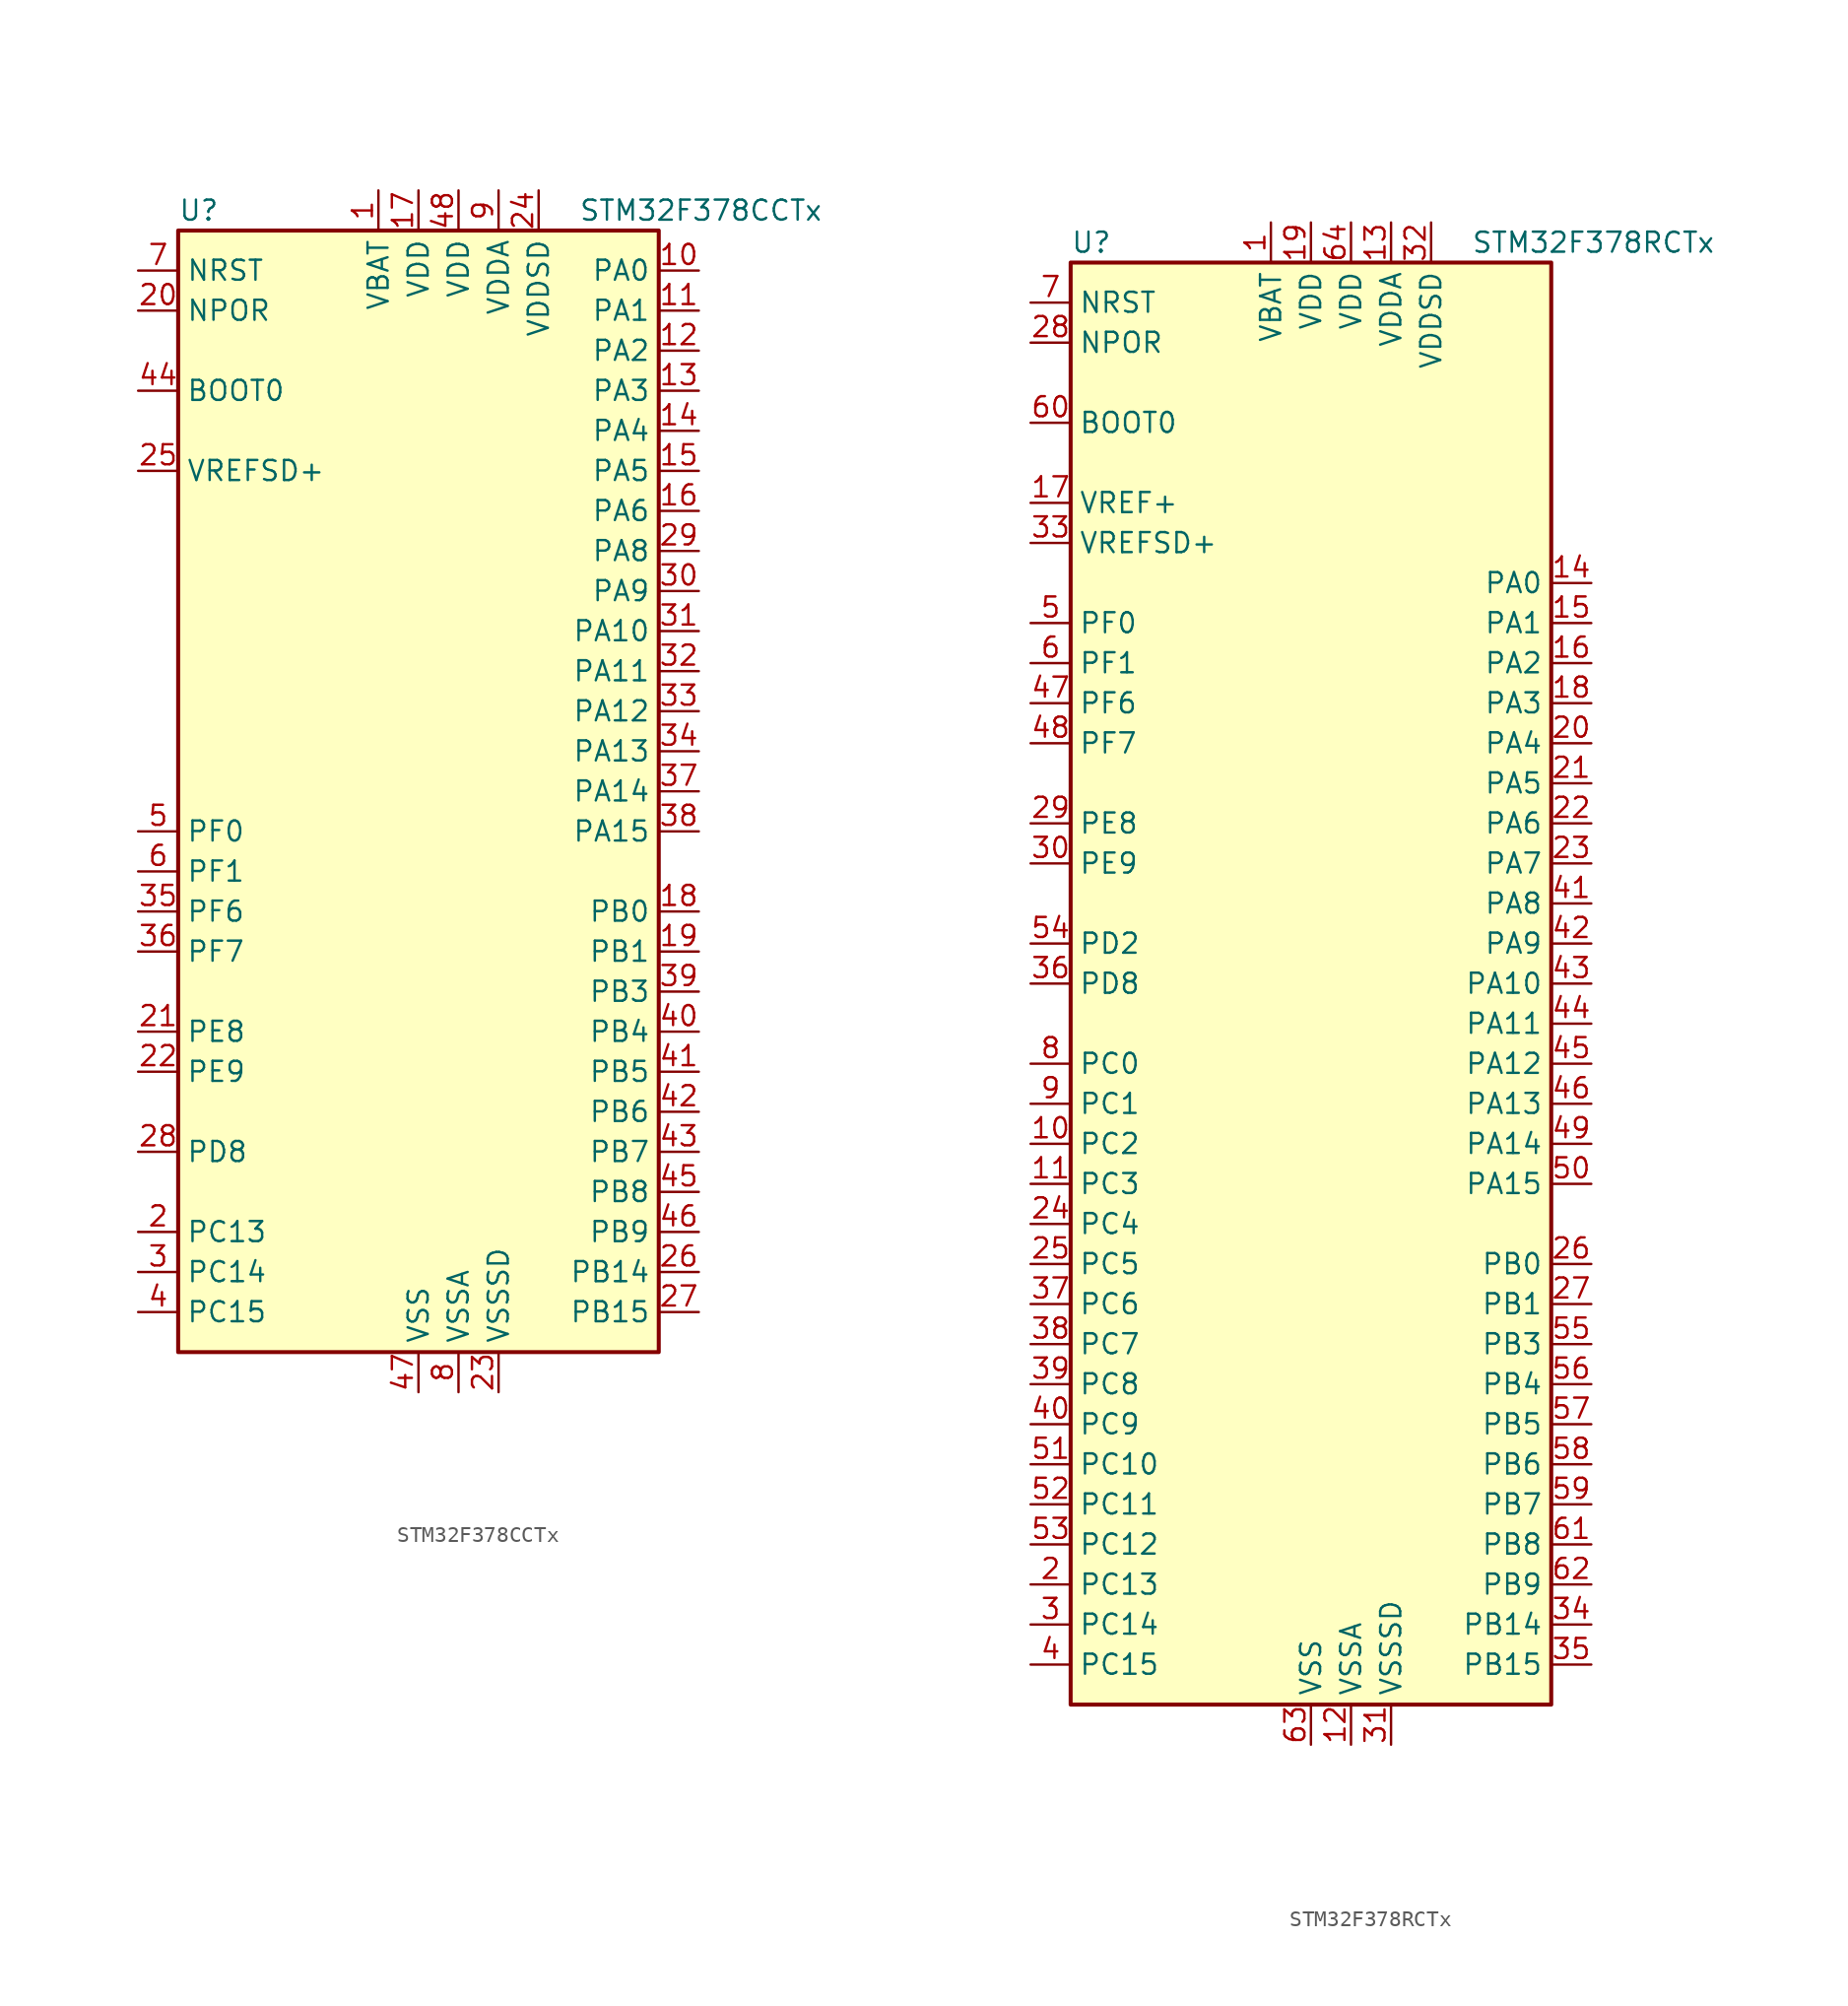
<source format=kicad_sym>
(kicad_symbol_lib
  (version 20201005)
  (generator kicad_symbol_editor)
  (symbol "STM32F378CCTx"
    (property "Reference" "U"
      (at -15.24 36.83 0)
      (effects (font (size 1.27 1.27)) (justify left)))
    (property "Value" "STM32F378CCTx"
      (at 10.16 36.83 0)
      (effects (font (size 1.27 1.27)) (justify left)))
    (symbol "STM32F378CCTx_0_1"
      (rectangle (start -15.24 -35.56) (end 15.24 35.56) (stroke (width 0.254)) (fill (type background))))
    (symbol "STM32F378CCTx_1_1"
      (pin input line (at -17.78 25.4 0) (length 2.54) (name "BOOT0" (effects (font (size 1.27 1.27)))) (number "44" (effects (font (size 1.27 1.27)))))
      (pin input line (at -17.78 30.48 0) (length 2.54) (name "NPOR" (effects (font (size 1.27 1.27)))) (number "20" (effects (font (size 1.27 1.27)))))
      (pin input line (at -17.78 33.02 0) (length 2.54) (name "NRST" (effects (font (size 1.27 1.27)))) (number "7" (effects (font (size 1.27 1.27)))))
      (pin bidirectional line (at 17.78 33.02 180) (length 2.54) (name "PA0" (effects (font (size 1.27 1.27)))) (number "10" (effects (font (size 1.27 1.27)))))
      (pin bidirectional line (at 17.78 30.48 180) (length 2.54) (name "PA1" (effects (font (size 1.27 1.27)))) (number "11" (effects (font (size 1.27 1.27)))))
      (pin bidirectional line (at 17.78 10.16 180) (length 2.54) (name "PA10" (effects (font (size 1.27 1.27)))) (number "31" (effects (font (size 1.27 1.27)))))
      (pin bidirectional line (at 17.78 7.62 180) (length 2.54) (name "PA11" (effects (font (size 1.27 1.27)))) (number "32" (effects (font (size 1.27 1.27)))))
      (pin bidirectional line (at 17.78 5.08 180) (length 2.54) (name "PA12" (effects (font (size 1.27 1.27)))) (number "33" (effects (font (size 1.27 1.27)))))
      (pin bidirectional line (at 17.78 2.54 180) (length 2.54) (name "PA13" (effects (font (size 1.27 1.27)))) (number "34" (effects (font (size 1.27 1.27)))))
      (pin bidirectional line (at 17.78 0 180) (length 2.54) (name "PA14" (effects (font (size 1.27 1.27)))) (number "37" (effects (font (size 1.27 1.27)))))
      (pin bidirectional line (at 17.78 -2.54 180) (length 2.54) (name "PA15" (effects (font (size 1.27 1.27)))) (number "38" (effects (font (size 1.27 1.27)))))
      (pin bidirectional line (at 17.78 27.94 180) (length 2.54) (name "PA2" (effects (font (size 1.27 1.27)))) (number "12" (effects (font (size 1.27 1.27)))))
      (pin bidirectional line (at 17.78 25.4 180) (length 2.54) (name "PA3" (effects (font (size 1.27 1.27)))) (number "13" (effects (font (size 1.27 1.27)))))
      (pin bidirectional line (at 17.78 22.86 180) (length 2.54) (name "PA4" (effects (font (size 1.27 1.27)))) (number "14" (effects (font (size 1.27 1.27)))))
      (pin bidirectional line (at 17.78 20.32 180) (length 2.54) (name "PA5" (effects (font (size 1.27 1.27)))) (number "15" (effects (font (size 1.27 1.27)))))
      (pin bidirectional line (at 17.78 17.78 180) (length 2.54) (name "PA6" (effects (font (size 1.27 1.27)))) (number "16" (effects (font (size 1.27 1.27)))))
      (pin bidirectional line (at 17.78 15.24 180) (length 2.54) (name "PA8" (effects (font (size 1.27 1.27)))) (number "29" (effects (font (size 1.27 1.27)))))
      (pin bidirectional line (at 17.78 12.7 180) (length 2.54) (name "PA9" (effects (font (size 1.27 1.27)))) (number "30" (effects (font (size 1.27 1.27)))))
      (pin bidirectional line (at 17.78 -7.62 180) (length 2.54) (name "PB0" (effects (font (size 1.27 1.27)))) (number "18" (effects (font (size 1.27 1.27)))))
      (pin bidirectional line (at 17.78 -10.16 180) (length 2.54) (name "PB1" (effects (font (size 1.27 1.27)))) (number "19" (effects (font (size 1.27 1.27)))))
      (pin bidirectional line (at 17.78 -30.48 180) (length 2.54) (name "PB14" (effects (font (size 1.27 1.27)))) (number "26" (effects (font (size 1.27 1.27)))))
      (pin bidirectional line (at 17.78 -33.02 180) (length 2.54) (name "PB15" (effects (font (size 1.27 1.27)))) (number "27" (effects (font (size 1.27 1.27)))))
      (pin bidirectional line (at 17.78 -12.7 180) (length 2.54) (name "PB3" (effects (font (size 1.27 1.27)))) (number "39" (effects (font (size 1.27 1.27)))))
      (pin bidirectional line (at 17.78 -15.24 180) (length 2.54) (name "PB4" (effects (font (size 1.27 1.27)))) (number "40" (effects (font (size 1.27 1.27)))))
      (pin bidirectional line (at 17.78 -17.78 180) (length 2.54) (name "PB5" (effects (font (size 1.27 1.27)))) (number "41" (effects (font (size 1.27 1.27)))))
      (pin bidirectional line (at 17.78 -20.32 180) (length 2.54) (name "PB6" (effects (font (size 1.27 1.27)))) (number "42" (effects (font (size 1.27 1.27)))))
      (pin bidirectional line (at 17.78 -22.86 180) (length 2.54) (name "PB7" (effects (font (size 1.27 1.27)))) (number "43" (effects (font (size 1.27 1.27)))))
      (pin bidirectional line (at 17.78 -25.4 180) (length 2.54) (name "PB8" (effects (font (size 1.27 1.27)))) (number "45" (effects (font (size 1.27 1.27)))))
      (pin bidirectional line (at 17.78 -27.94 180) (length 2.54) (name "PB9" (effects (font (size 1.27 1.27)))) (number "46" (effects (font (size 1.27 1.27)))))
      (pin bidirectional line (at -17.78 -27.94 0) (length 2.54) (name "PC13" (effects (font (size 1.27 1.27)))) (number "2" (effects (font (size 1.27 1.27)))))
      (pin bidirectional line (at -17.78 -30.48 0) (length 2.54) (name "PC14" (effects (font (size 1.27 1.27)))) (number "3" (effects (font (size 1.27 1.27)))))
      (pin bidirectional line (at -17.78 -33.02 0) (length 2.54) (name "PC15" (effects (font (size 1.27 1.27)))) (number "4" (effects (font (size 1.27 1.27)))))
      (pin bidirectional line (at -17.78 -22.86 0) (length 2.54) (name "PD8" (effects (font (size 1.27 1.27)))) (number "28" (effects (font (size 1.27 1.27)))))
      (pin bidirectional line (at -17.78 -15.24 0) (length 2.54) (name "PE8" (effects (font (size 1.27 1.27)))) (number "21" (effects (font (size 1.27 1.27)))))
      (pin bidirectional line (at -17.78 -17.78 0) (length 2.54) (name "PE9" (effects (font (size 1.27 1.27)))) (number "22" (effects (font (size 1.27 1.27)))))
      (pin input line (at -17.78 -2.54 0) (length 2.54) (name "PF0" (effects (font (size 1.27 1.27)))) (number "5" (effects (font (size 1.27 1.27)))))
      (pin input line (at -17.78 -5.08 0) (length 2.54) (name "PF1" (effects (font (size 1.27 1.27)))) (number "6" (effects (font (size 1.27 1.27)))))
      (pin bidirectional line (at -17.78 -7.62 0) (length 2.54) (name "PF6" (effects (font (size 1.27 1.27)))) (number "35" (effects (font (size 1.27 1.27)))))
      (pin bidirectional line (at -17.78 -10.16 0) (length 2.54) (name "PF7" (effects (font (size 1.27 1.27)))) (number "36" (effects (font (size 1.27 1.27)))))
      (pin power_in line (at -2.54 38.1 270) (length 2.54) (name "VBAT" (effects (font (size 1.27 1.27)))) (number "1" (effects (font (size 1.27 1.27)))))
      (pin power_in line (at 0 38.1 270) (length 2.54) (name "VDD" (effects (font (size 1.27 1.27)))) (number "17" (effects (font (size 1.27 1.27)))))
      (pin power_in line (at 2.54 38.1 270) (length 2.54) (name "VDD" (effects (font (size 1.27 1.27)))) (number "48" (effects (font (size 1.27 1.27)))))
      (pin power_in line (at 5.08 38.1 270) (length 2.54) (name "VDDA" (effects (font (size 1.27 1.27)))) (number "9" (effects (font (size 1.27 1.27)))))
      (pin power_in line (at 7.62 38.1 270) (length 2.54) (name "VDDSD" (effects (font (size 1.27 1.27)))) (number "24" (effects (font (size 1.27 1.27)))))
      (pin power_in line (at -17.78 20.32 0) (length 2.54) (name "VREFSD+" (effects (font (size 1.27 1.27)))) (number "25" (effects (font (size 1.27 1.27)))))
      (pin power_in line (at 0 -38.1 90) (length 2.54) (name "VSS" (effects (font (size 1.27 1.27)))) (number "47" (effects (font (size 1.27 1.27)))))
      (pin power_in line (at 2.54 -38.1 90) (length 2.54) (name "VSSA" (effects (font (size 1.27 1.27)))) (number "8" (effects (font (size 1.27 1.27)))))
      (pin power_in line (at 5.08 -38.1 90) (length 2.54) (name "VSSSD" (effects (font (size 1.27 1.27)))) (number "23" (effects (font (size 1.27 1.27)))))))
  (symbol "STM32F378RCTx"
    (property "Reference" "U"
      (at -15.24 46.99 0)
      (effects (font (size 1.27 1.27)) (justify left)))
    (property "Value" "STM32F378RCTx"
      (at 10.16 46.99 0)
      (effects (font (size 1.27 1.27)) (justify left)))
    (symbol "STM32F378RCTx_0_1"
      (rectangle (start -15.24 -45.72) (end 15.24 45.72) (stroke (width 0.254)) (fill (type background))))
    (symbol "STM32F378RCTx_1_1"
      (pin input line (at -17.78 35.56 0) (length 2.54) (name "BOOT0" (effects (font (size 1.27 1.27)))) (number "60" (effects (font (size 1.27 1.27)))))
      (pin input line (at -17.78 40.64 0) (length 2.54) (name "NPOR" (effects (font (size 1.27 1.27)))) (number "28" (effects (font (size 1.27 1.27)))))
      (pin input line (at -17.78 43.18 0) (length 2.54) (name "NRST" (effects (font (size 1.27 1.27)))) (number "7" (effects (font (size 1.27 1.27)))))
      (pin bidirectional line (at 17.78 25.4 180) (length 2.54) (name "PA0" (effects (font (size 1.27 1.27)))) (number "14" (effects (font (size 1.27 1.27)))))
      (pin bidirectional line (at 17.78 22.86 180) (length 2.54) (name "PA1" (effects (font (size 1.27 1.27)))) (number "15" (effects (font (size 1.27 1.27)))))
      (pin bidirectional line (at 17.78 0 180) (length 2.54) (name "PA10" (effects (font (size 1.27 1.27)))) (number "43" (effects (font (size 1.27 1.27)))))
      (pin bidirectional line (at 17.78 -2.54 180) (length 2.54) (name "PA11" (effects (font (size 1.27 1.27)))) (number "44" (effects (font (size 1.27 1.27)))))
      (pin bidirectional line (at 17.78 -5.08 180) (length 2.54) (name "PA12" (effects (font (size 1.27 1.27)))) (number "45" (effects (font (size 1.27 1.27)))))
      (pin bidirectional line (at 17.78 -7.62 180) (length 2.54) (name "PA13" (effects (font (size 1.27 1.27)))) (number "46" (effects (font (size 1.27 1.27)))))
      (pin bidirectional line (at 17.78 -10.16 180) (length 2.54) (name "PA14" (effects (font (size 1.27 1.27)))) (number "49" (effects (font (size 1.27 1.27)))))
      (pin bidirectional line (at 17.78 -12.7 180) (length 2.54) (name "PA15" (effects (font (size 1.27 1.27)))) (number "50" (effects (font (size 1.27 1.27)))))
      (pin bidirectional line (at 17.78 20.32 180) (length 2.54) (name "PA2" (effects (font (size 1.27 1.27)))) (number "16" (effects (font (size 1.27 1.27)))))
      (pin bidirectional line (at 17.78 17.78 180) (length 2.54) (name "PA3" (effects (font (size 1.27 1.27)))) (number "18" (effects (font (size 1.27 1.27)))))
      (pin bidirectional line (at 17.78 15.24 180) (length 2.54) (name "PA4" (effects (font (size 1.27 1.27)))) (number "20" (effects (font (size 1.27 1.27)))))
      (pin bidirectional line (at 17.78 12.7 180) (length 2.54) (name "PA5" (effects (font (size 1.27 1.27)))) (number "21" (effects (font (size 1.27 1.27)))))
      (pin bidirectional line (at 17.78 10.16 180) (length 2.54) (name "PA6" (effects (font (size 1.27 1.27)))) (number "22" (effects (font (size 1.27 1.27)))))
      (pin bidirectional line (at 17.78 7.62 180) (length 2.54) (name "PA7" (effects (font (size 1.27 1.27)))) (number "23" (effects (font (size 1.27 1.27)))))
      (pin bidirectional line (at 17.78 5.08 180) (length 2.54) (name "PA8" (effects (font (size 1.27 1.27)))) (number "41" (effects (font (size 1.27 1.27)))))
      (pin bidirectional line (at 17.78 2.54 180) (length 2.54) (name "PA9" (effects (font (size 1.27 1.27)))) (number "42" (effects (font (size 1.27 1.27)))))
      (pin bidirectional line (at 17.78 -17.78 180) (length 2.54) (name "PB0" (effects (font (size 1.27 1.27)))) (number "26" (effects (font (size 1.27 1.27)))))
      (pin bidirectional line (at 17.78 -20.32 180) (length 2.54) (name "PB1" (effects (font (size 1.27 1.27)))) (number "27" (effects (font (size 1.27 1.27)))))
      (pin bidirectional line (at 17.78 -40.64 180) (length 2.54) (name "PB14" (effects (font (size 1.27 1.27)))) (number "34" (effects (font (size 1.27 1.27)))))
      (pin bidirectional line (at 17.78 -43.18 180) (length 2.54) (name "PB15" (effects (font (size 1.27 1.27)))) (number "35" (effects (font (size 1.27 1.27)))))
      (pin bidirectional line (at 17.78 -22.86 180) (length 2.54) (name "PB3" (effects (font (size 1.27 1.27)))) (number "55" (effects (font (size 1.27 1.27)))))
      (pin bidirectional line (at 17.78 -25.4 180) (length 2.54) (name "PB4" (effects (font (size 1.27 1.27)))) (number "56" (effects (font (size 1.27 1.27)))))
      (pin bidirectional line (at 17.78 -27.94 180) (length 2.54) (name "PB5" (effects (font (size 1.27 1.27)))) (number "57" (effects (font (size 1.27 1.27)))))
      (pin bidirectional line (at 17.78 -30.48 180) (length 2.54) (name "PB6" (effects (font (size 1.27 1.27)))) (number "58" (effects (font (size 1.27 1.27)))))
      (pin bidirectional line (at 17.78 -33.02 180) (length 2.54) (name "PB7" (effects (font (size 1.27 1.27)))) (number "59" (effects (font (size 1.27 1.27)))))
      (pin bidirectional line (at 17.78 -35.56 180) (length 2.54) (name "PB8" (effects (font (size 1.27 1.27)))) (number "61" (effects (font (size 1.27 1.27)))))
      (pin bidirectional line (at 17.78 -38.1 180) (length 2.54) (name "PB9" (effects (font (size 1.27 1.27)))) (number "62" (effects (font (size 1.27 1.27)))))
      (pin bidirectional line (at -17.78 -5.08 0) (length 2.54) (name "PC0" (effects (font (size 1.27 1.27)))) (number "8" (effects (font (size 1.27 1.27)))))
      (pin bidirectional line (at -17.78 -7.62 0) (length 2.54) (name "PC1" (effects (font (size 1.27 1.27)))) (number "9" (effects (font (size 1.27 1.27)))))
      (pin bidirectional line (at -17.78 -30.48 0) (length 2.54) (name "PC10" (effects (font (size 1.27 1.27)))) (number "51" (effects (font (size 1.27 1.27)))))
      (pin bidirectional line (at -17.78 -33.02 0) (length 2.54) (name "PC11" (effects (font (size 1.27 1.27)))) (number "52" (effects (font (size 1.27 1.27)))))
      (pin bidirectional line (at -17.78 -35.56 0) (length 2.54) (name "PC12" (effects (font (size 1.27 1.27)))) (number "53" (effects (font (size 1.27 1.27)))))
      (pin bidirectional line (at -17.78 -38.1 0) (length 2.54) (name "PC13" (effects (font (size 1.27 1.27)))) (number "2" (effects (font (size 1.27 1.27)))))
      (pin bidirectional line (at -17.78 -40.64 0) (length 2.54) (name "PC14" (effects (font (size 1.27 1.27)))) (number "3" (effects (font (size 1.27 1.27)))))
      (pin bidirectional line (at -17.78 -43.18 0) (length 2.54) (name "PC15" (effects (font (size 1.27 1.27)))) (number "4" (effects (font (size 1.27 1.27)))))
      (pin bidirectional line (at -17.78 -10.16 0) (length 2.54) (name "PC2" (effects (font (size 1.27 1.27)))) (number "10" (effects (font (size 1.27 1.27)))))
      (pin bidirectional line (at -17.78 -12.7 0) (length 2.54) (name "PC3" (effects (font (size 1.27 1.27)))) (number "11" (effects (font (size 1.27 1.27)))))
      (pin bidirectional line (at -17.78 -15.24 0) (length 2.54) (name "PC4" (effects (font (size 1.27 1.27)))) (number "24" (effects (font (size 1.27 1.27)))))
      (pin bidirectional line (at -17.78 -17.78 0) (length 2.54) (name "PC5" (effects (font (size 1.27 1.27)))) (number "25" (effects (font (size 1.27 1.27)))))
      (pin bidirectional line (at -17.78 -20.32 0) (length 2.54) (name "PC6" (effects (font (size 1.27 1.27)))) (number "37" (effects (font (size 1.27 1.27)))))
      (pin bidirectional line (at -17.78 -22.86 0) (length 2.54) (name "PC7" (effects (font (size 1.27 1.27)))) (number "38" (effects (font (size 1.27 1.27)))))
      (pin bidirectional line (at -17.78 -25.4 0) (length 2.54) (name "PC8" (effects (font (size 1.27 1.27)))) (number "39" (effects (font (size 1.27 1.27)))))
      (pin bidirectional line (at -17.78 -27.94 0) (length 2.54) (name "PC9" (effects (font (size 1.27 1.27)))) (number "40" (effects (font (size 1.27 1.27)))))
      (pin bidirectional line (at -17.78 2.54 0) (length 2.54) (name "PD2" (effects (font (size 1.27 1.27)))) (number "54" (effects (font (size 1.27 1.27)))))
      (pin bidirectional line (at -17.78 0 0) (length 2.54) (name "PD8" (effects (font (size 1.27 1.27)))) (number "36" (effects (font (size 1.27 1.27)))))
      (pin bidirectional line (at -17.78 10.16 0) (length 2.54) (name "PE8" (effects (font (size 1.27 1.27)))) (number "29" (effects (font (size 1.27 1.27)))))
      (pin bidirectional line (at -17.78 7.62 0) (length 2.54) (name "PE9" (effects (font (size 1.27 1.27)))) (number "30" (effects (font (size 1.27 1.27)))))
      (pin input line (at -17.78 22.86 0) (length 2.54) (name "PF0" (effects (font (size 1.27 1.27)))) (number "5" (effects (font (size 1.27 1.27)))))
      (pin input line (at -17.78 20.32 0) (length 2.54) (name "PF1" (effects (font (size 1.27 1.27)))) (number "6" (effects (font (size 1.27 1.27)))))
      (pin bidirectional line (at -17.78 17.78 0) (length 2.54) (name "PF6" (effects (font (size 1.27 1.27)))) (number "47" (effects (font (size 1.27 1.27)))))
      (pin bidirectional line (at -17.78 15.24 0) (length 2.54) (name "PF7" (effects (font (size 1.27 1.27)))) (number "48" (effects (font (size 1.27 1.27)))))
      (pin power_in line (at -2.54 48.26 270) (length 2.54) (name "VBAT" (effects (font (size 1.27 1.27)))) (number "1" (effects (font (size 1.27 1.27)))))
      (pin power_in line (at 0 48.26 270) (length 2.54) (name "VDD" (effects (font (size 1.27 1.27)))) (number "19" (effects (font (size 1.27 1.27)))))
      (pin power_in line (at 2.54 48.26 270) (length 2.54) (name "VDD" (effects (font (size 1.27 1.27)))) (number "64" (effects (font (size 1.27 1.27)))))
      (pin power_in line (at 5.08 48.26 270) (length 2.54) (name "VDDA" (effects (font (size 1.27 1.27)))) (number "13" (effects (font (size 1.27 1.27)))))
      (pin power_in line (at 7.62 48.26 270) (length 2.54) (name "VDDSD" (effects (font (size 1.27 1.27)))) (number "32" (effects (font (size 1.27 1.27)))))
      (pin power_in line (at -17.78 30.48 0) (length 2.54) (name "VREF+" (effects (font (size 1.27 1.27)))) (number "17" (effects (font (size 1.27 1.27)))))
      (pin power_in line (at -17.78 27.94 0) (length 2.54) (name "VREFSD+" (effects (font (size 1.27 1.27)))) (number "33" (effects (font (size 1.27 1.27)))))
      (pin power_in line (at 0 -48.26 90) (length 2.54) (name "VSS" (effects (font (size 1.27 1.27)))) (number "63" (effects (font (size 1.27 1.27)))))
      (pin power_in line (at 2.54 -48.26 90) (length 2.54) (name "VSSA" (effects (font (size 1.27 1.27)))) (number "12" (effects (font (size 1.27 1.27)))))
      (pin power_in line (at 5.08 -48.26 90) (length 2.54) (name "VSSSD" (effects (font (size 1.27 1.27)))) (number "31" (effects (font (size 1.27 1.27))))))))
</source>
